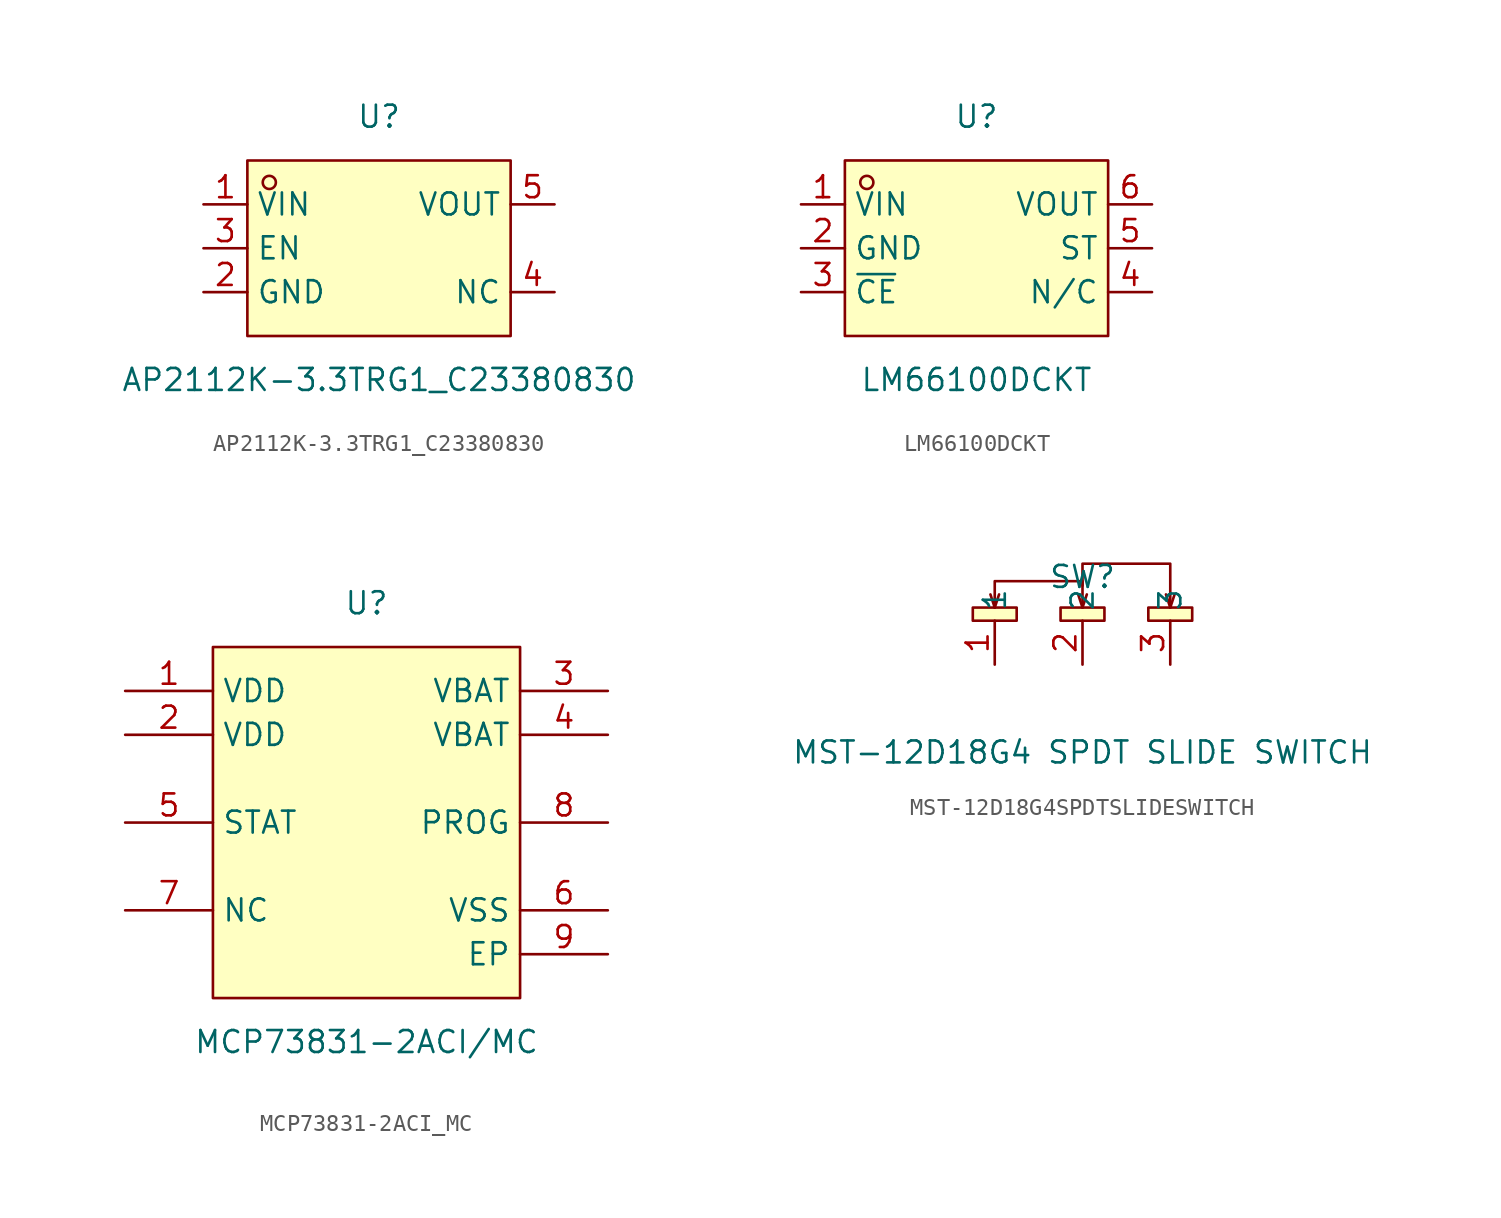
<source format=kicad_sym>
(kicad_symbol_lib
  (version 20211014)
  (generator https://github.com/uPesy/easyeda2kicad.py)
  (symbol "AP2112K-3.3TRG1_C23380830"
    (property "Reference" "U"
      (at 0 7.62 0)
      (effects (font (size 1.27 1.27))))
    (property "Value" "AP2112K-3.3TRG1_C23380830"
      (at 0 -7.62 0)
      (effects (font (size 1.27 1.27))))
    (symbol "AP2112K-3.3TRG1_C23380830_0_1"
      (rectangle (start -7.62 5.08) (end 7.62 -5.08) (stroke (width 0) (type default) (color 0 0 0 0)) (fill (type background)))
      (circle (center -6.35 3.81) (radius 0.38) (stroke (width 0) (type default) (color 0 0 0 0)) (fill (type none)))
      (pin unspecified line (at -10.16 2.54 0) (length 2.54) (name "VIN" (effects (font (size 1.27 1.27)))) (number "1" (effects (font (size 1.27 1.27)))))
      (pin unspecified line (at -10.16 -2.54 0) (length 2.54) (name "GND" (effects (font (size 1.27 1.27)))) (number "2" (effects (font (size 1.27 1.27)))))
      (pin unspecified line (at -10.16 -0.00 0) (length 2.54) (name "EN" (effects (font (size 1.27 1.27)))) (number "3" (effects (font (size 1.27 1.27)))))
      (pin unspecified line (at 10.16 -2.54 180) (length 2.54) (name "NC" (effects (font (size 1.27 1.27)))) (number "4" (effects (font (size 1.27 1.27)))))
      (pin unspecified line (at 10.16 2.54 180) (length 2.54) (name "VOUT" (effects (font (size 1.27 1.27)))) (number "5" (effects (font (size 1.27 1.27)))))))
  (symbol "LM66100DCKT"
    (property "Reference" "U"
      (at 0 7.62 0)
      (effects (font (size 1.27 1.27))))
    (property "Value" "LM66100DCKT"
      (at 0 -7.62 0)
      (effects (font (size 1.27 1.27))))
    (symbol "LM66100DCKT_0_1"
      (rectangle (start -7.62 5.08) (end 7.62 -5.08) (stroke (width 0) (type default) (color 0 0 0 0)) (fill (type background)))
      (circle (center -6.35 3.81) (radius 0.38) (stroke (width 0) (type default) (color 0 0 0 0)) (fill (type none)))
      (pin unspecified line (at -10.16 2.54 0) (length 2.54) (name "VIN" (effects (font (size 1.27 1.27)))) (number "1" (effects (font (size 1.27 1.27)))))
      (pin unspecified line (at -10.16 -0.00 0) (length 2.54) (name "GND" (effects (font (size 1.27 1.27)))) (number "2" (effects (font (size 1.27 1.27)))))
      (pin unspecified line (at -10.16 -2.54 0) (length 2.54) (name "~{CE}" (effects (font (size 1.27 1.27)))) (number "3" (effects (font (size 1.27 1.27)))))
      (pin unspecified line (at 10.16 -2.54 180) (length 2.54) (name "N/C" (effects (font (size 1.27 1.27)))) (number "4" (effects (font (size 1.27 1.27)))))
      (pin unspecified line (at 10.16 -0.00 180) (length 2.54) (name "ST" (effects (font (size 1.27 1.27)))) (number "5" (effects (font (size 1.27 1.27)))))
      (pin unspecified line (at 10.16 2.54 180) (length 2.54) (name "VOUT" (effects (font (size 1.27 1.27)))) (number "6" (effects (font (size 1.27 1.27)))))))
  (symbol "MCP73831-2ACI_MC"
    (property "Reference" "U"
      (at 0 12.70 0)
      (effects (font (size 1.27 1.27))))
    (property "Value" "MCP73831-2ACI/MC"
      (at 0 -12.70 0)
      (effects (font (size 1.27 1.27))))
    (symbol "MCP73831-2ACI_MC_0_1"
      (rectangle (start -8.89 10.16) (end 8.89 -10.16) (stroke (width 0) (type default) (color 0 0 0 0)) (fill (type background)))
      (pin power_in line (at 13.97 -5.08 180) (length 5.08) (name "VSS" (effects (font (size 1.27 1.27)))) (number "6" (effects (font (size 1.27 1.27)))))
      (pin power_in line (at -13.97 7.62 0) (length 5.08) (name "VDD" (effects (font (size 1.27 1.27)))) (number "1" (effects (font (size 1.27 1.27)))))
      (pin power_in line (at 13.97 7.62 180) (length 5.08) (name "VBAT" (effects (font (size 1.27 1.27)))) (number "3" (effects (font (size 1.27 1.27)))))
      (pin output line (at -13.97 -0.00 0) (length 5.08) (name "STAT" (effects (font (size 1.27 1.27)))) (number "5" (effects (font (size 1.27 1.27)))))
      (pin unspecified line (at 13.97 -0.00 180) (length 5.08) (name "PROG" (effects (font (size 1.27 1.27)))) (number "8" (effects (font (size 1.27 1.27)))))
      (pin power_in line (at -13.97 5.08 0) (length 5.08) (name "VDD" (effects (font (size 1.27 1.27)))) (number "2" (effects (font (size 1.27 1.27)))))
      (pin power_in line (at 13.97 5.08 180) (length 5.08) (name "VBAT" (effects (font (size 1.27 1.27)))) (number "4" (effects (font (size 1.27 1.27)))))
      (pin unspecified line (at -13.97 -5.08 0) (length 5.08) (name "NC" (effects (font (size 1.27 1.27)))) (number "7" (effects (font (size 1.27 1.27)))))
      (pin power_in line (at 13.97 -7.62 180) (length 5.08) (name "EP" (effects (font (size 1.27 1.27)))) (number "9" (effects (font (size 1.27 1.27)))))))
  (symbol "MST-12D18G4SPDTSLIDESWITCH"
    (property "Reference" "SW"
      (at 0 0.00 0)
      (effects (font (size 1.27 1.27))))
    (property "Value" "MST-12D18G4 SPDT SLIDE SWITCH"
      (at 0 -10.16 0)
      (effects (font (size 1.27 1.27))))
    (symbol "MST-12D18G4SPDTSLIDESWITCH_0_1"
      (rectangle (start -6.35 -1.78) (end -3.81 -2.54) (stroke (width 0) (type default) (color 0 0 0 0)) (fill (type background)))
      (rectangle (start -1.27 -1.78) (end 1.27 -2.54) (stroke (width 0) (type default) (color 0 0 0 0)) (fill (type background)))
      (rectangle (start 3.81 -1.78) (end 6.35 -2.54) (stroke (width 0) (type default) (color 0 0 0 0)) (fill (type background)))
      (polyline (pts (xy 5.08 -1.78) (xy 5.33 -1.02)) (stroke (width 0) (type default) (color 0 0 0 0)) (fill (type none)))
      (polyline (pts (xy 5.08 -1.78) (xy 4.83 -1.02)) (stroke (width 0) (type default) (color 0 0 0 0)) (fill (type none)))
      (polyline (pts (xy 0.00 -1.78) (xy 0.25 -1.02)) (stroke (width 0) (type default) (color 0 0 0 0)) (fill (type none)))
      (polyline (pts (xy 0.00 -1.78) (xy -0.25 -1.02)) (stroke (width 0) (type default) (color 0 0 0 0)) (fill (type none)))
      (polyline (pts (xy -5.08 -1.78) (xy -4.83 -1.02)) (stroke (width 0) (type default) (color 0 0 0 0)) (fill (type none)))
      (polyline (pts (xy -5.08 -1.78) (xy -5.33 -1.02)) (stroke (width 0) (type default) (color 0 0 0 0)) (fill (type none)))
      (polyline (pts (xy 0.00 -0.51) (xy 0.00 0.76) (xy 5.08 0.76) (xy 5.08 -1.78)) (stroke (width 0) (type default) (color 0 0 0 0)) (fill (type none)))
      (polyline (pts (xy -5.08 -1.78) (xy -5.08 -0.25) (xy 0.00 -0.25) (xy 0.00 -1.78)) (stroke (width 0) (type default) (color 0 0 0 0)) (fill (type none)))
      (pin unspecified line (at -5.08 -5.08 90) (length 2.54) (name "1" (effects (font (size 1.27 1.27)))) (number "1" (effects (font (size 1.27 1.27)))))
      (pin unspecified line (at 0.00 -5.08 90) (length 2.54) (name "2" (effects (font (size 1.27 1.27)))) (number "2" (effects (font (size 1.27 1.27)))))
      (pin unspecified line (at 5.08 -5.08 90) (length 2.54) (name "3" (effects (font (size 1.27 1.27)))) (number "3" (effects (font (size 1.27 1.27))))))))
</source>
